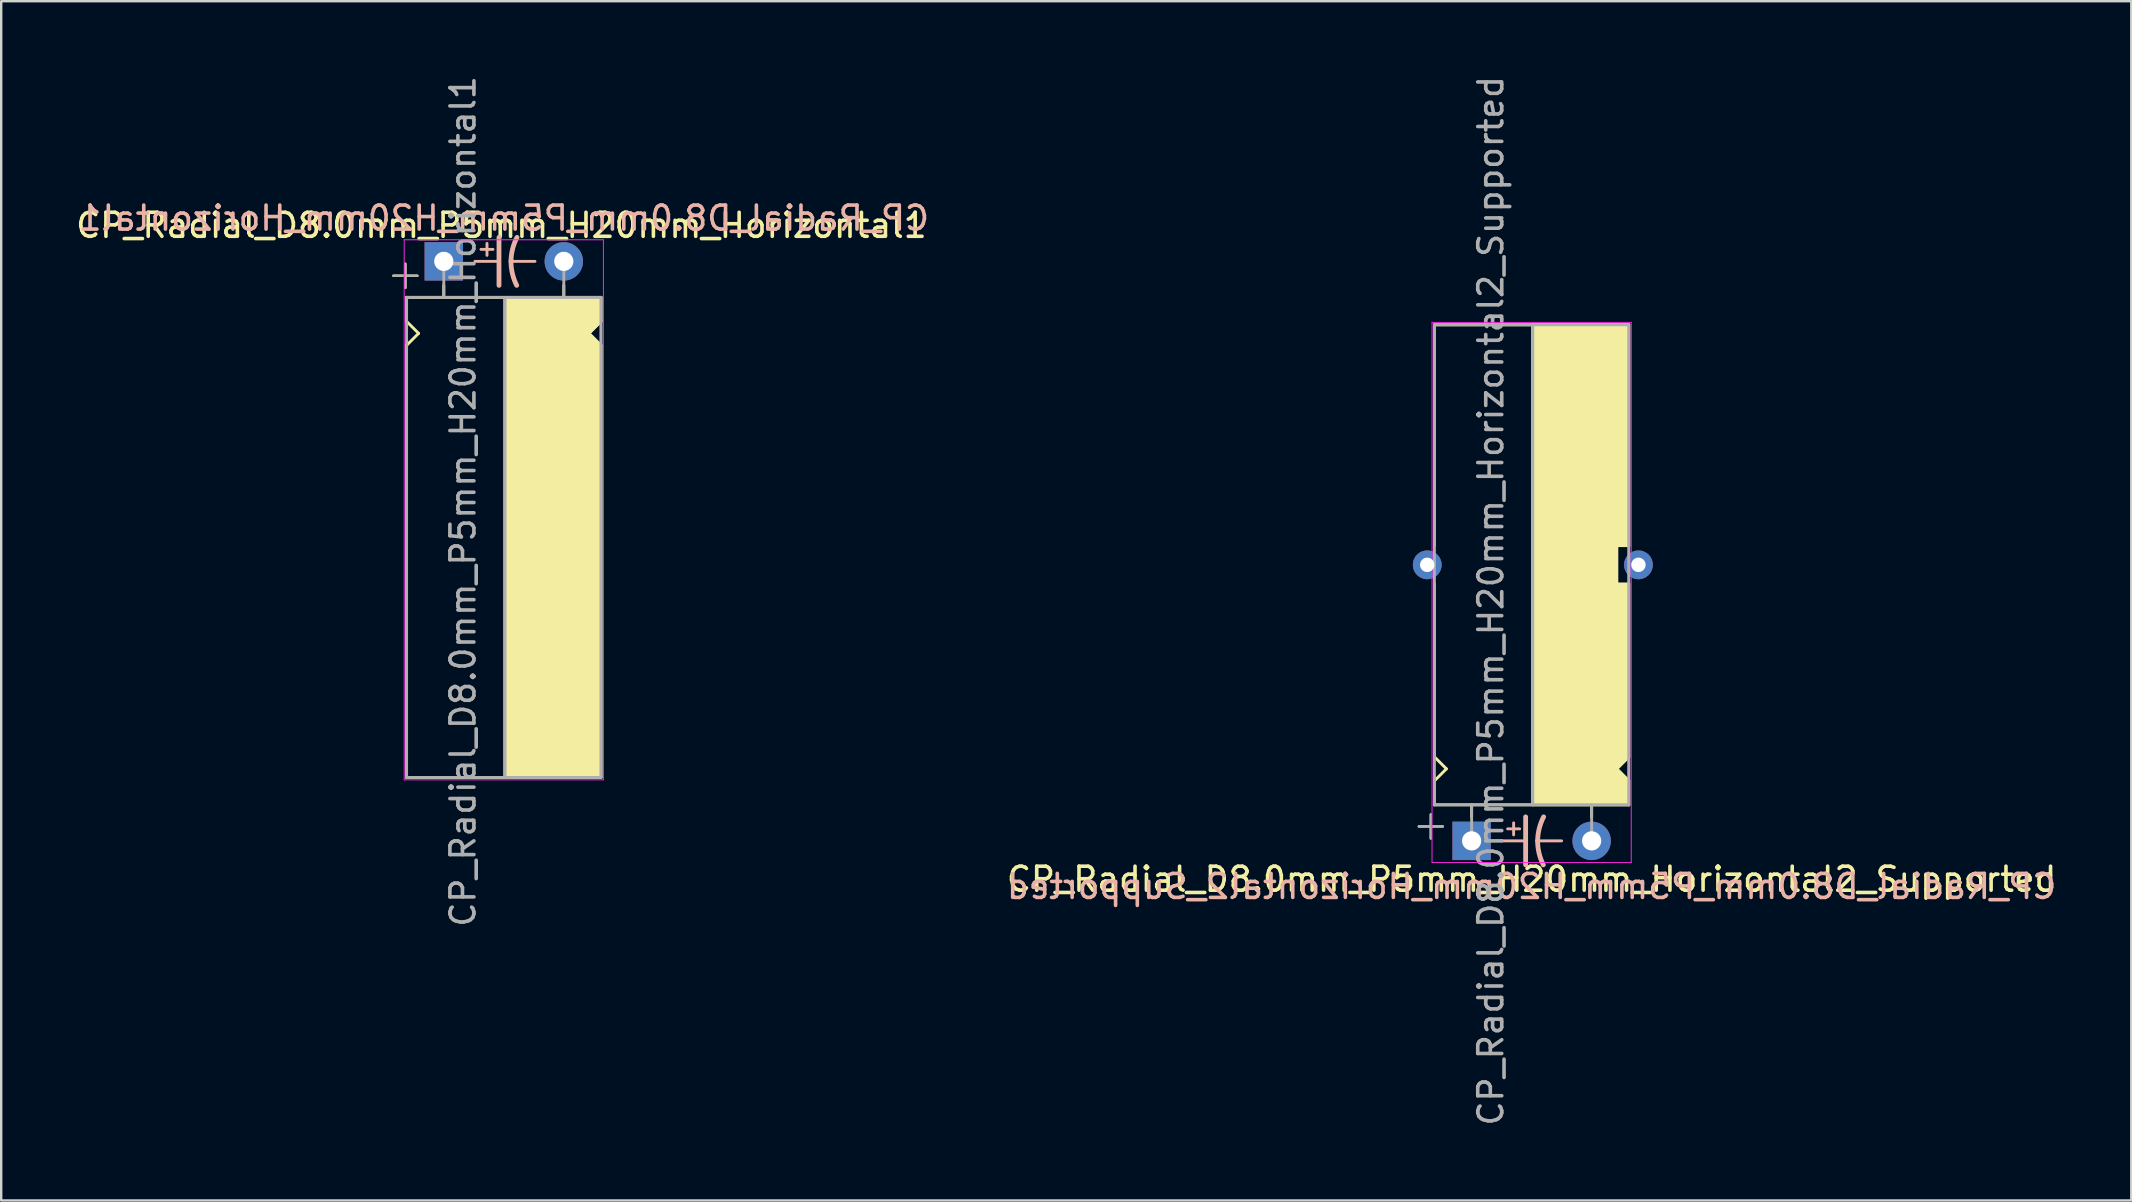
<source format=kicad_pcb>
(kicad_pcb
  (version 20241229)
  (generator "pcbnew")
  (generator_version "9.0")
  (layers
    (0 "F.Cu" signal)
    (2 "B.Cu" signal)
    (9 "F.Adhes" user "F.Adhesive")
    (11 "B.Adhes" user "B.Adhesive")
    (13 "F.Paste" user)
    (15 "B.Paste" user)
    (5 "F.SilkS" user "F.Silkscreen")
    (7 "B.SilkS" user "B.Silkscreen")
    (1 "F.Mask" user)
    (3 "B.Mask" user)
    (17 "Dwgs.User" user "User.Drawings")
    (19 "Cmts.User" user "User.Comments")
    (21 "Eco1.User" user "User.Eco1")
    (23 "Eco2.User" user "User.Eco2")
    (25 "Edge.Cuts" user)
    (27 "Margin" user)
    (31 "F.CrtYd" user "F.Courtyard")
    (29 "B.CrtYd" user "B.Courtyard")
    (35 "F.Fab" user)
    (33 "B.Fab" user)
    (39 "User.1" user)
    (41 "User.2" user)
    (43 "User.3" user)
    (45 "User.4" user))
  (footprint "CP_Radial_D8.0mm_P5mm_H20mm_Horizontal1"
    (layer "F.Cu")
    (at 15.439 7.839)
    (property "Reference" "CP_Radial_D8.0mm_P5mm_H20mm_Horizontal1" (at 2.4 -1.5 0) (layer "F.SilkS") (effects (font (size 1 1) (thickness 0.15))))
    (fp_line (start -2.1 0.6) (end -1.1 0.6) (stroke (width 0.1) (type solid)) (layer "F.SilkS"))
    (fp_line (start -1.6 1.1) (end -1.6 0.1) (stroke (width 0.1) (type solid)) (layer "F.SilkS"))
    (fp_line (start -1.55 1.5) (end 6.55 1.5) (stroke (width 0.12) (type solid)) (layer "F.SilkS"))
    (fp_line (start -1.55 2.5) (end -1.55 1.5) (stroke (width 0.12) (type solid)) (layer "F.SilkS"))
    (fp_line (start -1.55 3.5) (end -1.55 21.5) (stroke (width 0.12) (type solid)) (layer "F.SilkS"))
    (fp_line (start -1.55 3.5) (end -1.05 3) (stroke (width 0.12) (type solid)) (layer "F.SilkS"))
    (fp_line (start -1.55 21.5) (end 6.45 21.5) (stroke (width 0.12) (type solid)) (layer "F.SilkS"))
    (fp_line (start -1.05 3) (end -1.55 2.5) (stroke (width 0.12) (type solid)) (layer "F.SilkS"))
    (fp_line (start 0 1) (end 0 1.5) (stroke (width 0.12) (type solid)) (layer "F.SilkS"))
    (fp_line (start 2.55 21.5) (end 2.55 1.5) (stroke (width 0.12) (type solid)) (layer "F.SilkS"))
    (fp_line (start 5 1) (end 5 1.5) (stroke (width 0.12) (type solid)) (layer "F.SilkS"))
    (fp_line (start 6.05 3) (end 6.55 2.5) (stroke (width 0.12) (type solid)) (layer "F.SilkS"))
    (fp_line (start 6.55 2.5) (end 6.55 1.5) (stroke (width 0.12) (type solid)) (layer "F.SilkS"))
    (fp_line (start 6.55 3.5) (end 6.05 3) (stroke (width 0.12) (type solid)) (layer "F.SilkS"))
    (fp_line (start 6.55 3.5) (end 6.55 21.5) (stroke (width 0.12) (type solid)) (layer "F.SilkS"))
    (fp_line (start 6.55 21.5) (end 6.45 21.5) (stroke (width 0.12) (type solid)) (layer "F.SilkS"))
    (fp_poly (pts (xy 6.55 2.5) (xy 6.05 3) (xy 6.55 3.5) (xy 6.55 21.5) (xy 2.55 21.5) (xy 2.55 1.5) (xy 6.55 1.5)) (stroke (width 0.1) (type solid)) (fill yes) (layer "F.SilkS"))
    (fp_line (start 1.3 0) (end 2.3 0) (stroke (width 0.12) (type solid)) (layer "B.SilkS"))
    (fp_line (start 1.55 -0.5) (end 2.05 -0.5) (stroke (width 0.12) (type solid)) (layer "B.SilkS"))
    (fp_line (start 1.8 -0.75) (end 1.8 -0.25) (stroke (width 0.12) (type solid)) (layer "B.SilkS"))
    (fp_line (start 2.3 1) (end 2.3 -1) (stroke (width 0.2) (type solid)) (layer "B.SilkS"))
    (fp_line (start 3.8 0) (end 2.8 0) (stroke (width 0.12) (type solid)) (layer "B.SilkS"))
    (fp_arc (start 2.8 0) (mid 2.866707 -0.514573) (end 3.05 -1) (stroke (width 0.2) (type solid)) (layer "B.SilkS"))
    (fp_arc (start 3.037539 1) (mid 2.860247 0.513901) (end 2.8 0) (stroke (width 0.2) (type solid)) (layer "B.SilkS"))
    (fp_line (start -1.65 -0.9) (end 6.65 -0.9) (stroke (width 0.04) (type solid)) (layer "F.CrtYd"))
    (fp_line (start -1.65 1.5) (end -1.65 -0.9) (stroke (width 0.04) (type solid)) (layer "F.CrtYd"))
    (fp_line (start -1.65 21.6) (end -1.65 1.5) (stroke (width 0.04) (type solid)) (layer "F.CrtYd"))
    (fp_line (start 6.65 -0.9) (end 6.65 21.6) (stroke (width 0.04) (type solid)) (layer "F.CrtYd"))
    (fp_line (start 6.65 21.6) (end -1.65 21.6) (stroke (width 0.04) (type solid)) (layer "F.CrtYd"))
    (fp_line (start -2.1 0.6) (end -1.1 0.6) (stroke (width 0.1) (type solid)) (layer "F.Fab"))
    (fp_line (start -1.6 1.1) (end -1.6 0.1) (stroke (width 0.1) (type solid)) (layer "F.Fab"))
    (fp_line (start -1.55 1.5) (end 6.55 1.5) (stroke (width 0.12) (type solid)) (layer "F.Fab"))
    (fp_line (start -1.55 21.5) (end -1.55 1.5) (stroke (width 0.12) (type solid)) (layer "F.Fab"))
    (fp_line (start 0 1.5) (end 0 0) (stroke (width 0.12) (type solid)) (layer "F.Fab"))
    (fp_line (start 2.55 1.5) (end 2.55 21.5) (stroke (width 0.12) (type solid)) (layer "F.Fab"))
    (fp_line (start 5 1.5) (end 5 0) (stroke (width 0.12) (type solid)) (layer "F.Fab"))
    (fp_line (start 6.55 1.5) (end 6.55 21.5) (stroke (width 0.12) (type solid)) (layer "F.Fab"))
    (fp_line (start 6.55 21.5) (end -1.55 21.5) (stroke (width 0.12) (type solid)) (layer "F.Fab"))
    (fp_poly (pts (xy 6.55 21.5) (xy 2.55 21.5) (xy 2.55 1.5) (xy 6.55 1.5)) (stroke (width 0.1) (type solid)) (fill no) (layer "F.Fab"))
    (fp_text user "${REFERENCE}" (at 2.5 -1.8 0) (layer "B.SilkS") (effects (font (size 1 1) (thickness 0.15)) (justify mirror)))
    (fp_text user "${REFERENCE}" (at 0.8 10 90) (layer "F.Fab") (effects (font (size 1 1) (thickness 0.15))))
    (pad "1" thru_hole rect (at 0 0) (size 1.6 1.6) (drill 0.8) (layers "*.Cu" "*.Mask"))
    (pad "2" thru_hole circle (at 5 0) (size 1.6 1.6) (drill 0.8) (layers "*.Cu" "*.Mask")))
  (footprint "CP_Radial_D8.0mm_P5mm_H20mm_Horizontal2_Supported"
    (layer "F.Cu")
    (at 58.261 31.982)
    (property "Reference" "CP_Radial_D8.0mm_P5mm_H20mm_Horizontal2_Supported" (at 2.5 1.6 0) (layer "F.SilkS") (effects (font (size 1 1) (thickness 0.15))))
    (fp_line (start -2.2 -0.6) (end -1.2 -0.6) (stroke (width 0.1) (type solid)) (layer "F.SilkS"))
    (fp_line (start -1.7 -0.1) (end -1.7 -1.1) (stroke (width 0.1) (type solid)) (layer "F.SilkS"))
    (fp_line (start -1.55 -21.5) (end 6.45 -21.5) (stroke (width 0.12) (type solid)) (layer "F.SilkS"))
    (fp_line (start -1.55 -12.3) (end -1.55 -21.5) (stroke (width 0.12) (type solid)) (layer "F.SilkS"))
    (fp_line (start -1.55 -10.7) (end -1.55 -3.5) (stroke (width 0.12) (type solid)) (layer "F.SilkS"))
    (fp_line (start -1.55 -2.5) (end -1.05 -3) (stroke (width 0.12) (type solid)) (layer "F.SilkS"))
    (fp_line (start -1.55 -1.5) (end -1.55 -2.5) (stroke (width 0.12) (type solid)) (layer "F.SilkS"))
    (fp_line (start -1.55 -1.5) (end 6.55 -1.5) (stroke (width 0.12) (type solid)) (layer "F.SilkS"))
    (fp_line (start -1.05 -3) (end -1.55 -3.5) (stroke (width 0.12) (type solid)) (layer "F.SilkS"))
    (fp_line (start 0 -1) (end 0 -1.5) (stroke (width 0.12) (type solid)) (layer "F.SilkS"))
    (fp_line (start 2.55 -21.5) (end 2.55 -1.5) (stroke (width 0.12) (type solid)) (layer "F.SilkS"))
    (fp_line (start 5 -1) (end 5 -1.5) (stroke (width 0.12) (type solid)) (layer "F.SilkS"))
    (fp_line (start 6.05 -12.3) (end 6.55 -12.3) (stroke (width 0.12) (type solid)) (layer "F.SilkS"))
    (fp_line (start 6.05 -10.7) (end 6.05 -12.3) (stroke (width 0.12) (type solid)) (layer "F.SilkS"))
    (fp_line (start 6.05 -3) (end 6.55 -2.5) (stroke (width 0.12) (type solid)) (layer "F.SilkS"))
    (fp_line (start 6.55 -21.5) (end 6.45 -21.5) (stroke (width 0.12) (type solid)) (layer "F.SilkS"))
    (fp_line (start 6.55 -12.3) (end 6.55 -21.5) (stroke (width 0.12) (type solid)) (layer "F.SilkS"))
    (fp_line (start 6.55 -10.7) (end 6.05 -10.7) (stroke (width 0.12) (type solid)) (layer "F.SilkS"))
    (fp_line (start 6.55 -10.7) (end 6.55 -3.5) (stroke (width 0.12) (type solid)) (layer "F.SilkS"))
    (fp_line (start 6.55 -3.5) (end 6.05 -3) (stroke (width 0.12) (type solid)) (layer "F.SilkS"))
    (fp_line (start 6.55 -2.5) (end 6.55 -1.5) (stroke (width 0.12) (type solid)) (layer "F.SilkS"))
    (fp_poly (pts (xy 6.55 -2.5) (xy 6.05 -3) (xy 6.55 -3.5) (xy 6.55 -10.7) (xy 6.05 -10.7) (xy 6.05 -12.3) (xy 6.55 -12.3) (xy 6.55 -21.5) (xy 2.55 -21.5) (xy 2.55 -1.5) (xy 6.55 -1.5)) (stroke (width 0.1) (type solid)) (fill yes) (layer "F.SilkS"))
    (fp_line (start 1.25 0) (end 2.25 0) (stroke (width 0.12) (type solid)) (layer "B.SilkS"))
    (fp_line (start 1.5 -0.5) (end 2 -0.5) (stroke (width 0.12) (type solid)) (layer "B.SilkS"))
    (fp_line (start 1.75 -0.75) (end 1.75 -0.25) (stroke (width 0.12) (type solid)) (layer "B.SilkS"))
    (fp_line (start 2.25 1) (end 2.25 -1) (stroke (width 0.2) (type solid)) (layer "B.SilkS"))
    (fp_line (start 3.75 0) (end 2.75 0) (stroke (width 0.12) (type solid)) (layer "B.SilkS"))
    (fp_arc (start 2.75 0) (mid 2.816707 -0.514573) (end 3 -1) (stroke (width 0.2) (type solid)) (layer "B.SilkS"))
    (fp_arc (start 2.987539 1) (mid 2.810248 0.513901) (end 2.75 0) (stroke (width 0.2) (type solid)) (layer "B.SilkS"))
    (fp_line (start -1.65 -21.6) (end -1.65 -1.5) (stroke (width 0.04) (type solid)) (layer "F.CrtYd"))
    (fp_line (start -1.65 -1.5) (end -1.65 0.9) (stroke (width 0.04) (type solid)) (layer "F.CrtYd"))
    (fp_line (start -1.65 0.9) (end 6.65 0.9) (stroke (width 0.04) (type solid)) (layer "F.CrtYd"))
    (fp_line (start 6.65 -21.6) (end -1.65 -21.6) (stroke (width 0.04) (type solid)) (layer "F.CrtYd"))
    (fp_line (start 6.65 0.9) (end 6.65 -21.6) (stroke (width 0.04) (type solid)) (layer "F.CrtYd"))
    (fp_line (start -2.2 -0.6) (end -1.2 -0.6) (stroke (width 0.1) (type solid)) (layer "F.Fab"))
    (fp_line (start -1.7 -0.1) (end -1.7 -1.1) (stroke (width 0.1) (type solid)) (layer "F.Fab"))
    (fp_line (start -1.55 -21.5) (end -1.55 -1.5) (stroke (width 0.12) (type solid)) (layer "F.Fab"))
    (fp_line (start -1.55 -1.5) (end 6.55 -1.5) (stroke (width 0.12) (type solid)) (layer "F.Fab"))
    (fp_line (start 0 -1.5) (end 0 0) (stroke (width 0.12) (type solid)) (layer "F.Fab"))
    (fp_line (start 2.55 -1.5) (end 2.55 -21.5) (stroke (width 0.12) (type solid)) (layer "F.Fab"))
    (fp_line (start 5 -1.5) (end 5 0) (stroke (width 0.12) (type solid)) (layer "F.Fab"))
    (fp_line (start 6.55 -21.5) (end -1.55 -21.5) (stroke (width 0.12) (type solid)) (layer "F.Fab"))
    (fp_line (start 6.55 -1.5) (end 6.55 -21.5) (stroke (width 0.12) (type solid)) (layer "F.Fab"))
    (fp_poly (pts (xy 6.55 -21.5) (xy 2.55 -21.5) (xy 2.55 -1.5) (xy 6.55 -1.5)) (stroke (width 0.1) (type solid)) (fill no) (layer "F.Fab"))
    (fp_text user "${REFERENCE}" (at 2.5 1.9 0) (layer "B.SilkS") (effects (font (size 1 1) (thickness 0.15)) (justify mirror)))
    (fp_text user "${REFERENCE}" (at 0.8 -10 90) (layer "F.Fab") (effects (font (size 1 1) (thickness 0.15))))
    (pad "1" thru_hole rect (at 0 0) (size 1.6 1.6) (drill 0.8) (layers "*.Cu" "*.Mask"))
    (pad "2" thru_hole circle (at 5 0) (size 1.6 1.6) (drill 0.8) (layers "*.Cu" "*.Mask"))
    (pad "~" thru_hole circle (at -1.85 -11.5 180) (size 1.2 1.2) (drill 0.6) (layers "*.Cu" "*.Mask"))
    (pad "~" thru_hole circle (at 6.95 -11.5 180) (size 1.2 1.2) (drill 0.6) (layers "*.Cu" "*.Mask")))
  (gr_rect
    (start -3 -3)
    (end 85.743 46.964)
    (stroke (width 0.1) (type default))
    (fill no)
    (layer "Edge.Cuts")))
</source>
